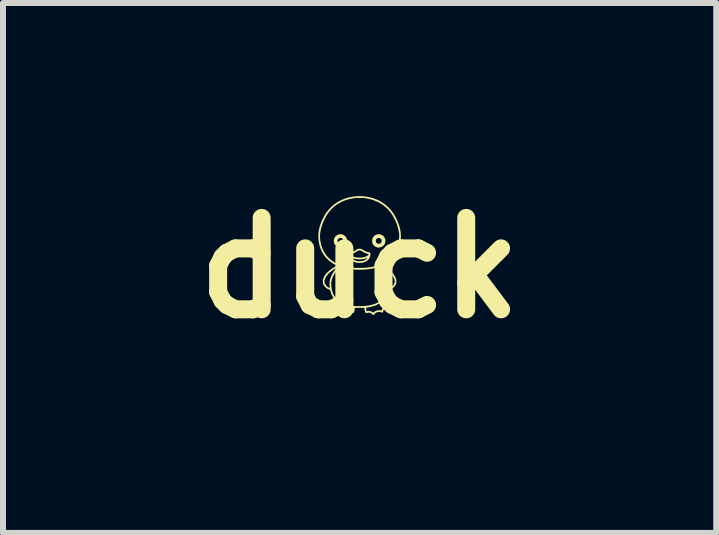
<source format=kicad_pcb>
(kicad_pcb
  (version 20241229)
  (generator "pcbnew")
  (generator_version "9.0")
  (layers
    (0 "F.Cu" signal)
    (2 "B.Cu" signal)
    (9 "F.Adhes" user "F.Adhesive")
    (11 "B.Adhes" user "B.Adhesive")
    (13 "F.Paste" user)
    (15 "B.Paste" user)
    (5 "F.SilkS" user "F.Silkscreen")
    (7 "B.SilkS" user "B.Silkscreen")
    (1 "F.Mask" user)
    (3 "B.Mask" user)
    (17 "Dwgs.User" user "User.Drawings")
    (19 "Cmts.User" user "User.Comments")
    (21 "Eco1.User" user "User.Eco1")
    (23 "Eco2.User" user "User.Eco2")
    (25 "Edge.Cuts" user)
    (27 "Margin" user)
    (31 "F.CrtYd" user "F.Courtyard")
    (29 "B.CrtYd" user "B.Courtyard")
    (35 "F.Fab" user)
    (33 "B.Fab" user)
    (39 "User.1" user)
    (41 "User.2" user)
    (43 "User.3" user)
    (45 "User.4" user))
  (footprint "duck"
    (layer "F.Cu")
    (at 2.946 1.418)
    (property "Reference" "duck" (at 0 0 0) (layer "F.SilkS") (effects (font (size 1.524 1.524) (thickness 0.3))))
    (attr board_only exclude_from_pos_files exclude_from_bom)
    (fp_poly (pts (xy -0.292 -0.56) (xy -0.273 -0.553) (xy -0.252 -0.54) (xy -0.234 -0.524) (xy -0.221 -0.505) (xy -0.212 -0.484) (xy -0.208 -0.461) (xy -0.208 -0.438) (xy -0.214 -0.414) (xy -0.219 -0.401) (xy -0.232 -0.381) (xy -0.249 -0.364) (xy -0.269 -0.352) (xy -0.292 -0.343) (xy -0.299 -0.342) (xy -0.312 -0.34) (xy -0.322 -0.339) (xy -0.333 -0.34) (xy -0.342 -0.342) (xy -0.364 -0.349) (xy -0.384 -0.361) (xy -0.401 -0.376) (xy -0.415 -0.395) (xy -0.424 -0.416) (xy -0.43 -0.439) (xy -0.431 -0.451) (xy -0.43 -0.453) (xy -0.369 -0.453) (xy -0.367 -0.439) (xy -0.36 -0.425) (xy -0.36 -0.425) (xy -0.349 -0.412) (xy -0.335 -0.404) (xy -0.32 -0.402) (xy -0.304 -0.404) (xy -0.294 -0.409) (xy -0.282 -0.419) (xy -0.274 -0.431) (xy -0.27 -0.444) (xy -0.27 -0.458) (xy -0.274 -0.472) (xy -0.281 -0.484) (xy -0.292 -0.494) (xy -0.303 -0.499) (xy -0.31 -0.5) (xy -0.319 -0.5) (xy -0.321 -0.5) (xy -0.336 -0.498) (xy -0.349 -0.491) (xy -0.359 -0.48) (xy -0.366 -0.468) (xy -0.369 -0.453) (xy -0.43 -0.453) (xy -0.428 -0.475) (xy -0.421 -0.497) (xy -0.41 -0.516) (xy -0.395 -0.533) (xy -0.378 -0.546) (xy -0.358 -0.556) (xy -0.337 -0.562) (xy -0.315 -0.563)) (stroke (width 0) (type solid)) (fill yes) (layer "F.SilkS"))
    (fp_poly (pts (xy 0.334 -0.562) (xy 0.358 -0.556) (xy 0.377 -0.546) (xy 0.396 -0.532) (xy 0.411 -0.515) (xy 0.421 -0.495) (xy 0.428 -0.474) (xy 0.43 -0.452) (xy 0.428 -0.43) (xy 0.422 -0.409) (xy 0.412 -0.389) (xy 0.397 -0.372) (xy 0.387 -0.363) (xy 0.366 -0.351) (xy 0.343 -0.343) (xy 0.32 -0.34) (xy 0.296 -0.342) (xy 0.294 -0.343) (xy 0.272 -0.35) (xy 0.251 -0.363) (xy 0.234 -0.38) (xy 0.22 -0.399) (xy 0.217 -0.405) (xy 0.214 -0.413) (xy 0.212 -0.42) (xy 0.21 -0.428) (xy 0.21 -0.438) (xy 0.21 -0.445) (xy 0.27 -0.445) (xy 0.274 -0.432) (xy 0.281 -0.42) (xy 0.292 -0.41) (xy 0.304 -0.404) (xy 0.318 -0.402) (xy 0.333 -0.404) (xy 0.342 -0.407) (xy 0.352 -0.415) (xy 0.361 -0.426) (xy 0.367 -0.438) (xy 0.367 -0.439) (xy 0.369 -0.453) (xy 0.366 -0.468) (xy 0.358 -0.481) (xy 0.348 -0.491) (xy 0.335 -0.498) (xy 0.329 -0.5) (xy 0.312 -0.5) (xy 0.297 -0.496) (xy 0.284 -0.487) (xy 0.275 -0.475) (xy 0.27 -0.46) (xy 0.27 -0.445) (xy 0.21 -0.445) (xy 0.21 -0.451) (xy 0.21 -0.465) (xy 0.21 -0.475) (xy 0.212 -0.483) (xy 0.214 -0.49) (xy 0.217 -0.497) (xy 0.219 -0.5) (xy 0.232 -0.521) (xy 0.248 -0.538) (xy 0.268 -0.55) (xy 0.289 -0.559) (xy 0.311 -0.563)) (stroke (width 0) (type solid)) (fill yes) (layer "F.SilkS"))
    (fp_poly (pts (xy 0.02 -0.319) (xy 0.042 -0.312) (xy 0.065 -0.299) (xy 0.071 -0.294) (xy 0.089 -0.283) (xy 0.109 -0.274) (xy 0.132 -0.267) (xy 0.144 -0.264) (xy 0.157 -0.261) (xy 0.166 -0.259) (xy 0.172 -0.256) (xy 0.176 -0.252) (xy 0.177 -0.251) (xy 0.182 -0.242) (xy 0.183 -0.23) (xy 0.18 -0.218) (xy 0.18 -0.217) (xy 0.177 -0.21) (xy 0.174 -0.2) (xy 0.174 -0.196) (xy 0.168 -0.174) (xy 0.157 -0.154) (xy 0.141 -0.135) (xy 0.121 -0.119) (xy 0.098 -0.105) (xy 0.097 -0.105) (xy 0.082 -0.098) (xy 0.066 -0.092) (xy 0.052 -0.088) (xy 0.049 -0.088) (xy 0.031 -0.085) (xy 0.01 -0.084) (xy -0.013 -0.084) (xy -0.034 -0.085) (xy -0.051 -0.088) (xy -0.077 -0.095) (xy -0.102 -0.107) (xy -0.123 -0.121) (xy -0.142 -0.137) (xy -0.157 -0.155) (xy -0.164 -0.167) (xy -0.131 -0.167) (xy -0.128 -0.164) (xy -0.123 -0.158) (xy -0.115 -0.151) (xy -0.106 -0.144) (xy -0.097 -0.137) (xy -0.096 -0.136) (xy -0.082 -0.129) (xy -0.063 -0.122) (xy -0.044 -0.116) (xy -0.032 -0.114) (xy -0.017 -0.112) (xy 0.001 -0.112) (xy 0.02 -0.114) (xy 0.039 -0.116) (xy 0.055 -0.119) (xy 0.056 -0.12) (xy 0.068 -0.124) (xy 0.08 -0.128) (xy 0.09 -0.133) (xy 0.098 -0.138) (xy 0.107 -0.145) (xy 0.116 -0.152) (xy 0.124 -0.158) (xy 0.129 -0.164) (xy 0.131 -0.167) (xy 0.128 -0.167) (xy 0.123 -0.166) (xy 0.118 -0.164) (xy 0.094 -0.155) (xy 0.066 -0.149) (xy 0.036 -0.145) (xy 0.006 -0.143) (xy -0.024 -0.144) (xy -0.03 -0.144) (xy -0.056 -0.147) (xy -0.081 -0.152) (xy -0.103 -0.158) (xy -0.118 -0.164) (xy -0.125 -0.167) (xy -0.13 -0.168) (xy -0.131 -0.167) (xy -0.164 -0.167) (xy -0.168 -0.175) (xy -0.174 -0.195) (xy -0.174 -0.196) (xy -0.176 -0.206) (xy -0.178 -0.214) (xy -0.18 -0.217) (xy -0.183 -0.228) (xy -0.152 -0.228) (xy -0.149 -0.223) (xy -0.143 -0.216) (xy -0.135 -0.208) (xy -0.124 -0.201) (xy -0.113 -0.194) (xy -0.11 -0.193) (xy -0.088 -0.184) (xy -0.066 -0.178) (xy -0.04 -0.174) (xy -0.011 -0.173) (xy -0.001 -0.172) (xy 0.022 -0.173) (xy 0.041 -0.174) (xy 0.059 -0.177) (xy 0.063 -0.178) (xy 0.078 -0.181) (xy 0.095 -0.187) (xy 0.109 -0.192) (xy 0.11 -0.193) (xy 0.122 -0.199) (xy 0.132 -0.207) (xy 0.141 -0.214) (xy 0.148 -0.221) (xy 0.152 -0.227) (xy 0.153 -0.231) (xy 0.149 -0.233) (xy 0.148 -0.233) (xy 0.135 -0.235) (xy 0.12 -0.239) (xy 0.103 -0.245) (xy 0.086 -0.252) (xy 0.07 -0.26) (xy 0.057 -0.268) (xy 0.055 -0.27) (xy 0.038 -0.281) (xy 0.02 -0.288) (xy 0.003 -0.292) (xy 0 -0.292) (xy -0.017 -0.289) (xy -0.035 -0.282) (xy -0.052 -0.272) (xy -0.055 -0.27) (xy -0.067 -0.262) (xy -0.083 -0.253) (xy -0.1 -0.246) (xy -0.117 -0.24) (xy -0.133 -0.235) (xy -0.146 -0.233) (xy -0.148 -0.233) (xy -0.152 -0.232) (xy -0.152 -0.228) (xy -0.183 -0.228) (xy -0.183 -0.229) (xy -0.182 -0.241) (xy -0.177 -0.251) (xy -0.177 -0.251) (xy -0.173 -0.255) (xy -0.167 -0.258) (xy -0.159 -0.261) (xy -0.147 -0.264) (xy -0.143 -0.264) (xy -0.119 -0.27) (xy -0.098 -0.278) (xy -0.08 -0.288) (xy -0.071 -0.294) (xy -0.048 -0.309) (xy -0.026 -0.318) (xy -0.003 -0.321)) (stroke (width 0) (type solid)) (fill yes) (layer "F.SilkS"))
    (fp_poly (pts (xy 0.061 -1.195) (xy 0.122 -1.188) (xy 0.181 -1.176) (xy 0.239 -1.159) (xy 0.295 -1.137) (xy 0.296 -1.137) (xy 0.348 -1.111) (xy 0.397 -1.08) (xy 0.443 -1.045) (xy 0.486 -1.005) (xy 0.525 -0.962) (xy 0.561 -0.914) (xy 0.593 -0.862) (xy 0.621 -0.806) (xy 0.646 -0.746) (xy 0.658 -0.714) (xy 0.672 -0.664) (xy 0.682 -0.616) (xy 0.687 -0.569) (xy 0.689 -0.522) (xy 0.686 -0.473) (xy 0.685 -0.464) (xy 0.678 -0.419) (xy 0.669 -0.378) (xy 0.658 -0.34) (xy 0.643 -0.301) (xy 0.635 -0.284) (xy 0.61 -0.239) (xy 0.582 -0.197) (xy 0.548 -0.158) (xy 0.511 -0.123) (xy 0.47 -0.091) (xy 0.426 -0.064) (xy 0.396 -0.048) (xy 0.375 -0.038) (xy 0.406 -0.022) (xy 0.445 0.001) (xy 0.481 0.025) (xy 0.513 0.051) (xy 0.542 0.077) (xy 0.566 0.105) (xy 0.586 0.133) (xy 0.6 0.161) (xy 0.605 0.173) (xy 0.611 0.194) (xy 0.613 0.217) (xy 0.613 0.238) (xy 0.61 0.257) (xy 0.61 0.257) (xy 0.603 0.277) (xy 0.593 0.295) (xy 0.58 0.311) (xy 0.571 0.321) (xy 0.556 0.334) (xy 0.539 0.346) (xy 0.522 0.355) (xy 0.507 0.361) (xy 0.502 0.363) (xy 0.497 0.364) (xy 0.494 0.366) (xy 0.491 0.371) (xy 0.489 0.379) (xy 0.488 0.384) (xy 0.477 0.419) (xy 0.462 0.453) (xy 0.444 0.486) (xy 0.431 0.505) (xy 0.414 0.528) (xy 0.423 0.535) (xy 0.442 0.554) (xy 0.458 0.575) (xy 0.469 0.597) (xy 0.476 0.621) (xy 0.477 0.63) (xy 0.477 0.644) (xy 0.475 0.653) (xy 0.471 0.659) (xy 0.463 0.661) (xy 0.46 0.661) (xy 0.443 0.664) (xy 0.427 0.672) (xy 0.413 0.684) (xy 0.402 0.7) (xy 0.395 0.719) (xy 0.393 0.726) (xy 0.39 0.737) (xy 0.386 0.744) (xy 0.381 0.747) (xy 0.373 0.745) (xy 0.362 0.741) (xy 0.36 0.74) (xy 0.351 0.736) (xy 0.343 0.734) (xy 0.334 0.733) (xy 0.322 0.734) (xy 0.321 0.734) (xy 0.298 0.737) (xy 0.278 0.744) (xy 0.261 0.756) (xy 0.249 0.77) (xy 0.24 0.78) (xy 0.233 0.785) (xy 0.23 0.786) (xy 0.225 0.784) (xy 0.217 0.778) (xy 0.21 0.771) (xy 0.193 0.757) (xy 0.175 0.748) (xy 0.156 0.745) (xy 0.137 0.747) (xy 0.127 0.75) (xy 0.116 0.753) (xy 0.109 0.754) (xy 0.105 0.753) (xy 0.099 0.747) (xy 0.094 0.737) (xy 0.088 0.724) (xy 0.084 0.709) (xy 0.081 0.694) (xy 0.081 0.681) (xy 0.081 0.665) (xy -0.081 0.665) (xy -0.081 0.681) (xy -0.082 0.695) (xy -0.085 0.711) (xy -0.089 0.725) (xy -0.094 0.738) (xy -0.1 0.748) (xy -0.105 0.753) (xy -0.11 0.754) (xy -0.118 0.752) (xy -0.127 0.75) (xy -0.147 0.745) (xy -0.166 0.746) (xy -0.185 0.752) (xy -0.202 0.764) (xy -0.21 0.771) (xy -0.218 0.779) (xy -0.226 0.785) (xy -0.23 0.786) (xy -0.236 0.784) (xy -0.243 0.776) (xy -0.248 0.77) (xy -0.263 0.754) (xy -0.282 0.743) (xy -0.303 0.736) (xy -0.321 0.734) (xy -0.334 0.733) (xy -0.343 0.734) (xy -0.35 0.736) (xy -0.359 0.74) (xy -0.36 0.74) (xy -0.369 0.744) (xy -0.376 0.746) (xy -0.379 0.747) (xy -0.385 0.745) (xy -0.39 0.737) (xy -0.393 0.726) (xy -0.398 0.708) (xy -0.406 0.692) (xy -0.419 0.679) (xy -0.433 0.669) (xy -0.449 0.663) (xy -0.46 0.661) (xy -0.469 0.659) (xy -0.475 0.652) (xy -0.478 0.641) (xy -0.478 0.639) (xy -0.476 0.627) (xy -0.447 0.627) (xy -0.446 0.632) (xy -0.444 0.633) (xy -0.44 0.634) (xy -0.432 0.637) (xy -0.423 0.642) (xy -0.423 0.642) (xy -0.405 0.653) (xy -0.389 0.667) (xy -0.377 0.684) (xy -0.372 0.693) (xy -0.366 0.709) (xy -0.354 0.706) (xy -0.346 0.705) (xy -0.335 0.705) (xy -0.322 0.705) (xy -0.319 0.705) (xy -0.297 0.707) (xy -0.277 0.712) (xy -0.258 0.722) (xy -0.246 0.731) (xy -0.238 0.737) (xy -0.232 0.742) (xy -0.229 0.744) (xy -0.228 0.744) (xy -0.226 0.743) (xy -0.22 0.739) (xy -0.215 0.736) (xy -0.193 0.724) (xy -0.17 0.717) (xy -0.145 0.716) (xy -0.13 0.718) (xy -0.117 0.72) (xy -0.114 0.709) (xy -0.113 0.701) (xy -0.111 0.689) (xy -0.111 0.68) (xy -0.111 0.662) (xy 0.111 0.662) (xy 0.111 0.68) (xy 0.112 0.692) (xy 0.113 0.703) (xy 0.114 0.709) (xy 0.117 0.72) (xy 0.13 0.718) (xy 0.154 0.716) (xy 0.178 0.719) (xy 0.199 0.726) (xy 0.216 0.736) (xy 0.222 0.741) (xy 0.226 0.744) (xy 0.227 0.744) (xy 0.23 0.743) (xy 0.235 0.739) (xy 0.243 0.733) (xy 0.246 0.731) (xy 0.265 0.718) (xy 0.283 0.71) (xy 0.303 0.706) (xy 0.319 0.705) (xy 0.332 0.705) (xy 0.344 0.705) (xy 0.353 0.706) (xy 0.354 0.706) (xy 0.366 0.709) (xy 0.372 0.693) (xy 0.382 0.676) (xy 0.396 0.66) (xy 0.413 0.647) (xy 0.423 0.642) (xy 0.432 0.637) (xy 0.44 0.634) (xy 0.444 0.633) (xy 0.444 0.633) (xy 0.446 0.631) (xy 0.447 0.625) (xy 0.445 0.617) (xy 0.442 0.607) (xy 0.44 0.602) (xy 0.432 0.589) (xy 0.422 0.576) (xy 0.412 0.565) (xy 0.403 0.557) (xy 0.392 0.55) (xy 0.369 0.568) (xy 0.355 0.578) (xy 0.336 0.59) (xy 0.316 0.601) (xy 0.294 0.612) (xy 0.274 0.622) (xy 0.256 0.629) (xy 0.242 0.633) (xy 0.224 0.638) (xy 0.204 0.644) (xy 0.183 0.649) (xy 0.163 0.653) (xy 0.145 0.657) (xy 0.134 0.659) (xy 0.111 0.662) (xy -0.111 0.662) (xy -0.134 0.659) (xy -0.149 0.656) (xy -0.168 0.652) (xy -0.189 0.647) (xy -0.21 0.642) (xy -0.23 0.637) (xy -0.247 0.632) (xy -0.256 0.629) (xy -0.285 0.617) (xy -0.314 0.602) (xy -0.342 0.586) (xy -0.368 0.569) (xy -0.379 0.56) (xy -0.392 0.549) (xy -0.403 0.557) (xy -0.413 0.566) (xy -0.424 0.578) (xy -0.434 0.591) (xy -0.44 0.602) (xy -0.444 0.611) (xy -0.446 0.62) (xy -0.447 0.627) (xy -0.476 0.627) (xy -0.475 0.616) (xy -0.468 0.594) (xy -0.456 0.572) (xy -0.44 0.551) (xy -0.423 0.535) (xy -0.414 0.528) (xy -0.431 0.505) (xy -0.45 0.475) (xy -0.467 0.442) (xy -0.481 0.407) (xy -0.488 0.384) (xy -0.49 0.374) (xy -0.492 0.368) (xy -0.495 0.365) (xy -0.499 0.363) (xy -0.502 0.363) (xy -0.516 0.358) (xy -0.533 0.35) (xy -0.55 0.339) (xy -0.566 0.326) (xy -0.571 0.321) (xy -0.586 0.304) (xy -0.598 0.287) (xy -0.606 0.269) (xy -0.61 0.257) (xy -0.613 0.238) (xy -0.613 0.229) (xy -0.586 0.229) (xy -0.585 0.238) (xy -0.583 0.247) (xy -0.575 0.267) (xy -0.563 0.286) (xy -0.547 0.304) (xy -0.545 0.306) (xy -0.536 0.314) (xy -0.525 0.321) (xy -0.515 0.327) (xy -0.505 0.332) (xy -0.499 0.333) (xy -0.498 0.331) (xy -0.498 0.325) (xy -0.499 0.32) (xy -0.5 0.312) (xy -0.5 0.301) (xy -0.501 0.286) (xy -0.501 0.271) (xy -0.501 0.268) (xy -0.501 0.26) (xy -0.472 0.26) (xy -0.472 0.288) (xy -0.47 0.316) (xy -0.466 0.344) (xy -0.46 0.371) (xy -0.457 0.386) (xy -0.445 0.42) (xy -0.432 0.449) (xy -0.415 0.477) (xy -0.395 0.503) (xy -0.382 0.516) (xy -0.352 0.543) (xy -0.319 0.567) (xy -0.281 0.587) (xy -0.239 0.604) (xy -0.194 0.617) (xy -0.143 0.627) (xy -0.089 0.634) (xy -0.063 0.636) (xy -0.032 0.637) (xy 0.003 0.637) (xy 0.039 0.636) (xy 0.074 0.634) (xy 0.108 0.632) (xy 0.119 0.63) (xy 0.172 0.622) (xy 0.219 0.61) (xy 0.263 0.595) (xy 0.302 0.577) (xy 0.338 0.555) (xy 0.369 0.529) (xy 0.382 0.516) (xy 0.405 0.491) (xy 0.423 0.464) (xy 0.438 0.436) (xy 0.451 0.404) (xy 0.457 0.386) (xy 0.463 0.359) (xy 0.468 0.33) (xy 0.471 0.3) (xy 0.472 0.271) (xy 0.472 0.243) (xy 0.469 0.219) (xy 0.468 0.212) (xy 0.46 0.183) (xy 0.449 0.153) (xy 0.434 0.122) (xy 0.415 0.089) (xy 0.391 0.055) (xy 0.364 0.018) (xy 0.353 0.006) (xy 0.393 0.006) (xy 0.394 0.008) (xy 0.397 0.013) (xy 0.403 0.02) (xy 0.404 0.022) (xy 0.424 0.05) (xy 0.443 0.08) (xy 0.46 0.109) (xy 0.474 0.138) (xy 0.485 0.165) (xy 0.49 0.181) (xy 0.497 0.215) (xy 0.501 0.252) (xy 0.501 0.289) (xy 0.498 0.323) (xy 0.497 0.33) (xy 0.498 0.333) (xy 0.502 0.332) (xy 0.503 0.332) (xy 0.51 0.329) (xy 0.518 0.325) (xy 0.52 0.325) (xy 0.53 0.318) (xy 0.542 0.308) (xy 0.554 0.297) (xy 0.564 0.285) (xy 0.569 0.278) (xy 0.575 0.268) (xy 0.58 0.256) (xy 0.583 0.247) (xy 0.585 0.236) (xy 0.586 0.227) (xy 0.585 0.218) (xy 0.584 0.208) (xy 0.577 0.181) (xy 0.564 0.155) (xy 0.546 0.128) (xy 0.523 0.101) (xy 0.496 0.074) (xy 0.465 0.05) (xy 0.455 0.042) (xy 0.443 0.034) (xy 0.43 0.026) (xy 0.418 0.018) (xy 0.407 0.012) (xy 0.399 0.008) (xy 0.394 0.006) (xy 0.393 0.006) (xy 0.353 0.006) (xy 0.34 -0.011) (xy 0.332 -0.02) (xy 0.299 -0.01) (xy 0.251 0.002) (xy 0.204 0.012) (xy 0.156 0.02) (xy 0.105 0.025) (xy 0.069 0.028) (xy 0.007 0.03) (xy -0.056 0.029) (xy -0.117 0.024) (xy -0.177 0.017) (xy -0.234 0.006) (xy -0.288 -0.007) (xy -0.307 -0.013) (xy -0.329 -0.02) (xy -0.339 -0.009) (xy -0.374 0.033) (xy -0.403 0.073) (xy -0.428 0.113) (xy -0.447 0.15) (xy -0.461 0.187) (xy -0.468 0.215) (xy -0.471 0.236) (xy -0.472 0.26) (xy -0.501 0.26) (xy -0.5 0.234) (xy -0.495 0.203) (xy -0.488 0.173) (xy -0.476 0.143) (xy -0.461 0.111) (xy -0.45 0.093) (xy -0.438 0.072) (xy -0.424 0.052) (xy -0.41 0.033) (xy -0.399 0.019) (xy -0.394 0.012) (xy -0.39 0.006) (xy -0.39 0.004) (xy -0.393 0.005) (xy -0.399 0.008) (xy -0.409 0.013) (xy -0.42 0.02) (xy -0.432 0.027) (xy -0.445 0.035) (xy -0.457 0.043) (xy -0.467 0.05) (xy -0.467 0.051) (xy -0.498 0.076) (xy -0.525 0.102) (xy -0.547 0.129) (xy -0.564 0.155) (xy -0.577 0.182) (xy -0.584 0.207) (xy -0.584 0.208) (xy -0.586 0.22) (xy -0.586 0.229) (xy -0.613 0.229) (xy -0.613 0.217) (xy -0.611 0.195) (xy -0.605 0.173) (xy -0.605 0.173) (xy -0.592 0.145) (xy -0.575 0.117) (xy -0.553 0.089) (xy -0.526 0.062) (xy -0.495 0.036) (xy -0.461 0.011) (xy -0.423 -0.012) (xy -0.406 -0.022) (xy -0.375 -0.038) (xy -0.396 -0.048) (xy -0.443 -0.073) (xy -0.486 -0.103) (xy -0.526 -0.136) (xy -0.562 -0.173) (xy -0.593 -0.213) (xy -0.621 -0.257) (xy -0.625 -0.264) (xy -0.645 -0.308) (xy -0.662 -0.353) (xy -0.674 -0.4) (xy -0.683 -0.451) (xy -0.687 -0.505) (xy -0.688 -0.518) (xy -0.688 -0.528) (xy -0.661 -0.528) (xy -0.659 -0.493) (xy -0.655 -0.454) (xy -0.654 -0.45) (xy -0.644 -0.397) (xy -0.629 -0.346) (xy -0.609 -0.299) (xy -0.586 -0.255) (xy -0.557 -0.214) (xy -0.525 -0.177) (xy -0.488 -0.143) (xy -0.447 -0.112) (xy -0.402 -0.085) (xy -0.353 -0.062) (xy -0.3 -0.042) (xy -0.243 -0.026) (xy -0.182 -0.014) (xy -0.117 -0.005) (xy -0.097 -0.003) (xy -0.082 -0.002) (xy -0.062 -0.001) (xy -0.039 -0.001) (xy -0.014 -0.001) (xy 0.011 -0.001) (xy 0.036 -0.001) (xy 0.058 -0.001) (xy 0.078 -0.002) (xy 0.093 -0.003) (xy 0.159 -0.01) (xy 0.221 -0.021) (xy 0.279 -0.036) (xy 0.333 -0.054) (xy 0.383 -0.075) (xy 0.428 -0.1) (xy 0.445 -0.111) (xy 0.487 -0.142) (xy 0.524 -0.177) (xy 0.558 -0.214) (xy 0.586 -0.255) (xy 0.61 -0.299) (xy 0.626 -0.336) (xy 0.636 -0.366) (xy 0.644 -0.398) (xy 0.651 -0.433) (xy 0.656 -0.468) (xy 0.659 -0.502) (xy 0.661 -0.535) (xy 0.66 -0.564) (xy 0.659 -0.575) (xy 0.653 -0.608) (xy 0.646 -0.644) (xy 0.636 -0.681) (xy 0.625 -0.718) (xy 0.618 -0.739) (xy 0.61 -0.759) (xy 0.599 -0.783) (xy 0.587 -0.809) (xy 0.573 -0.834) (xy 0.56 -0.859) (xy 0.547 -0.88) (xy 0.539 -0.893) (xy 0.505 -0.941) (xy 0.467 -0.983) (xy 0.425 -1.022) (xy 0.38 -1.056) (xy 0.332 -1.086) (xy 0.28 -1.111) (xy 0.225 -1.132) (xy 0.168 -1.149) (xy 0.142 -1.155) (xy 0.119 -1.16) (xy 0.097 -1.163) (xy 0.074 -1.166) (xy 0.051 -1.167) (xy 0.024 -1.168) (xy 0 -1.168) (xy -0.03 -1.168) (xy -0.056 -1.167) (xy -0.08 -1.165) (xy -0.102 -1.162) (xy -0.125 -1.158) (xy -0.15 -1.153) (xy -0.169 -1.148) (xy -0.228 -1.132) (xy -0.283 -1.11) (xy -0.334 -1.085) (xy -0.382 -1.055) (xy -0.427 -1.021) (xy -0.468 -0.982) (xy -0.505 -0.939) (xy -0.54 -0.892) (xy -0.571 -0.84) (xy -0.585 -0.813) (xy -0.601 -0.779) (xy -0.614 -0.748) (xy -0.625 -0.719) (xy -0.634 -0.688) (xy -0.643 -0.656) (xy -0.648 -0.633) (xy -0.655 -0.597) (xy -0.659 -0.562) (xy -0.661 -0.528) (xy -0.688 -0.528) (xy -0.688 -0.559) (xy -0.685 -0.598) (xy -0.678 -0.638) (xy -0.668 -0.679) (xy -0.658 -0.714) (xy -0.635 -0.776) (xy -0.608 -0.834) (xy -0.578 -0.888) (xy -0.544 -0.938) (xy -0.506 -0.984) (xy -0.465 -1.025) (xy -0.421 -1.063) (xy -0.373 -1.096) (xy -0.345 -1.112) (xy -0.292 -1.138) (xy -0.237 -1.16) (xy -0.179 -1.176) (xy -0.12 -1.188) (xy -0.06 -1.195) (xy 0.001 -1.198)) (stroke (width 0) (type solid)) (fill yes) (layer "F.SilkS")))
  (gr_rect
    (start -3 -3)
    (end 8.893 5.836)
    (stroke (width 0.1) (type default))
    (fill no)
    (layer "Edge.Cuts")))
</source>
